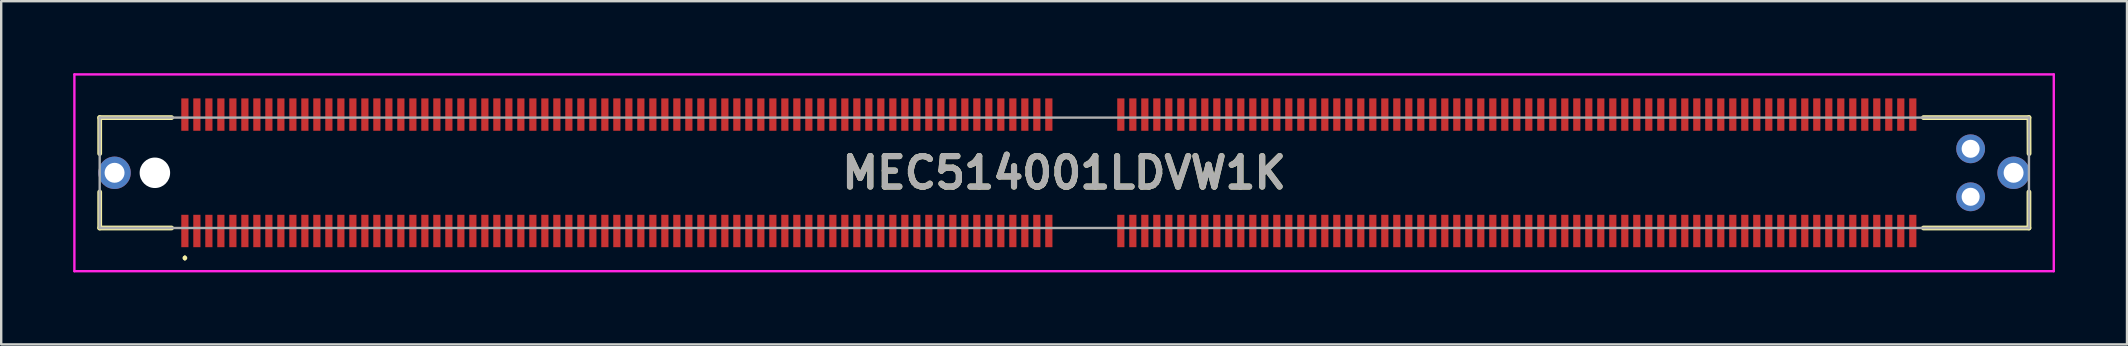
<source format=kicad_pcb>
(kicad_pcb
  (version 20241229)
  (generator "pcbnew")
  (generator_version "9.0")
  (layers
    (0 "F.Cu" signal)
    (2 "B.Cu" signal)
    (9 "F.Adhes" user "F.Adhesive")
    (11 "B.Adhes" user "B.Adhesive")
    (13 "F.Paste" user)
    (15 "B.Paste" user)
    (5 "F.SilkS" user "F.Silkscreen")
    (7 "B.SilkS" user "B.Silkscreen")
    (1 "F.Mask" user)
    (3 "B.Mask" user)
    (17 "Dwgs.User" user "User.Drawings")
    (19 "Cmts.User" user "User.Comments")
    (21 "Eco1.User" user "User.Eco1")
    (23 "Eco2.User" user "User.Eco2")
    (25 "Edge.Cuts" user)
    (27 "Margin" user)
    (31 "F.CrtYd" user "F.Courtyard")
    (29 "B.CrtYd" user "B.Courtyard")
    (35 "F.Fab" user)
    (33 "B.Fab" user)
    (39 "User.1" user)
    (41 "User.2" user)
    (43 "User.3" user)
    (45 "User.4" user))
  (footprint "MEC514001LDVW1K"
    (layer "F.Cu")
    (at 41.299 4.15)
    (property "Reference" "MEC514001LDVW1K" (at -0.01 0 0) (layer "F.SilkS") (effects (font (size 1.27 1.27) (thickness 0.254))))
    (attr through_hole)
    (fp_line (start -40.195 -2.3) (end -40.195 -0.8) (stroke (width 0.2) (type solid)) (layer "F.SilkS"))
    (fp_line (start -40.195 2.3) (end -40.195 0.8) (stroke (width 0.2) (type solid)) (layer "F.SilkS"))
    (fp_line (start -37.2 -2.3) (end -40.195 -2.3) (stroke (width 0.2) (type solid)) (layer "F.SilkS"))
    (fp_line (start -37.2 2.3) (end -40.195 2.3) (stroke (width 0.2) (type solid)) (layer "F.SilkS"))
    (fp_line (start -36.645 3.5) (end -36.645 3.5) (stroke (width 0.1) (type solid)) (layer "F.SilkS"))
    (fp_line (start -36.645 3.6) (end -36.645 3.6) (stroke (width 0.1) (type solid)) (layer "F.SilkS"))
    (fp_line (start 35.8 -2.3) (end 40.195 -2.3) (stroke (width 0.2) (type solid)) (layer "F.SilkS"))
    (fp_line (start 35.8 2.3) (end 40.195 2.3) (stroke (width 0.2) (type solid)) (layer "F.SilkS"))
    (fp_line (start 40.195 -2.3) (end 40.2 -0.8) (stroke (width 0.2) (type solid)) (layer "F.SilkS"))
    (fp_line (start 40.195 2.3) (end 40.195 0.8) (stroke (width 0.2) (type solid)) (layer "F.SilkS"))
    (fp_arc (start -36.645 3.5) (mid -36.595 3.55) (end -36.645 3.6) (stroke (width 0.1) (type solid)) (layer "F.SilkS"))
    (fp_arc (start -36.645 3.6) (mid -36.695 3.55) (end -36.645 3.5) (stroke (width 0.1) (type solid)) (layer "F.SilkS"))
    (fp_line (start -41.249 -4.1) (end 41.23 -4.1) (stroke (width 0.1) (type solid)) (layer "F.CrtYd"))
    (fp_line (start -41.249 4.1) (end -41.249 -4.1) (stroke (width 0.1) (type solid)) (layer "F.CrtYd"))
    (fp_line (start 41.23 -4.1) (end 41.23 4.1) (stroke (width 0.1) (type solid)) (layer "F.CrtYd"))
    (fp_line (start 41.23 4.1) (end -41.249 4.1) (stroke (width 0.1) (type solid)) (layer "F.CrtYd"))
    (fp_line (start -40.195 -2.3) (end 40.195 -2.3) (stroke (width 0.1) (type solid)) (layer "F.Fab"))
    (fp_line (start -40.195 2.3) (end -40.195 -2.3) (stroke (width 0.1) (type solid)) (layer "F.Fab"))
    (fp_line (start 40.195 -2.3) (end 40.195 2.3) (stroke (width 0.1) (type solid)) (layer "F.Fab"))
    (fp_line (start 40.195 2.3) (end -40.195 2.3) (stroke (width 0.1) (type solid)) (layer "F.Fab"))
    (fp_text user "${REFERENCE}" (at -0.01 0 0) (layer "F.Fab") (effects (font (size 1.27 1.27) (thickness 0.254))))
    (pad "" np_thru_hole circle (at -37.895 0) (size 1.27 1.27) (drill 1.27) (layers "*.Cu" "*.Mask"))
    (pad "1" smd rect (at -36.645 2.425) (size 0.3 1.35) (layers "F.Cu" "F.Mask" "F.Paste"))
    (pad "2" smd rect (at -36.645 -2.425) (size 0.3 1.35) (layers "F.Cu" "F.Mask" "F.Paste"))
    (pad "3" smd rect (at -36.145 2.425) (size 0.3 1.35) (layers "F.Cu" "F.Mask" "F.Paste"))
    (pad "4" smd rect (at -36.145 -2.425) (size 0.3 1.35) (layers "F.Cu" "F.Mask" "F.Paste"))
    (pad "5" smd rect (at -35.645 2.425) (size 0.3 1.35) (layers "F.Cu" "F.Mask" "F.Paste"))
    (pad "6" smd rect (at -35.645 -2.425) (size 0.3 1.35) (layers "F.Cu" "F.Mask" "F.Paste"))
    (pad "7" smd rect (at -35.145 2.425) (size 0.3 1.35) (layers "F.Cu" "F.Mask" "F.Paste"))
    (pad "8" smd rect (at -35.145 -2.425) (size 0.3 1.35) (layers "F.Cu" "F.Mask" "F.Paste"))
    (pad "9" smd rect (at -34.645 2.425) (size 0.3 1.35) (layers "F.Cu" "F.Mask" "F.Paste"))
    (pad "10" smd rect (at -34.645 -2.425) (size 0.3 1.35) (layers "F.Cu" "F.Mask" "F.Paste"))
    (pad "11" smd rect (at -34.145 2.425) (size 0.3 1.35) (layers "F.Cu" "F.Mask" "F.Paste"))
    (pad "12" smd rect (at -34.145 -2.425) (size 0.3 1.35) (layers "F.Cu" "F.Mask" "F.Paste"))
    (pad "13" smd rect (at -33.645 2.425) (size 0.3 1.35) (layers "F.Cu" "F.Mask" "F.Paste"))
    (pad "14" smd rect (at -33.645 -2.425) (size 0.3 1.35) (layers "F.Cu" "F.Mask" "F.Paste"))
    (pad "15" smd rect (at -33.145 2.425) (size 0.3 1.35) (layers "F.Cu" "F.Mask" "F.Paste"))
    (pad "16" smd rect (at -33.145 -2.425) (size 0.3 1.35) (layers "F.Cu" "F.Mask" "F.Paste"))
    (pad "17" smd rect (at -32.645 2.425) (size 0.3 1.35) (layers "F.Cu" "F.Mask" "F.Paste"))
    (pad "18" smd rect (at -32.645 -2.425) (size 0.3 1.35) (layers "F.Cu" "F.Mask" "F.Paste"))
    (pad "19" smd rect (at -32.145 2.425) (size 0.3 1.35) (layers "F.Cu" "F.Mask" "F.Paste"))
    (pad "20" smd rect (at -32.145 -2.425) (size 0.3 1.35) (layers "F.Cu" "F.Mask" "F.Paste"))
    (pad "21" smd rect (at -31.645 2.425) (size 0.3 1.35) (layers "F.Cu" "F.Mask" "F.Paste"))
    (pad "22" smd rect (at -31.645 -2.425) (size 0.3 1.35) (layers "F.Cu" "F.Mask" "F.Paste"))
    (pad "23" smd rect (at -31.145 2.425) (size 0.3 1.35) (layers "F.Cu" "F.Mask" "F.Paste"))
    (pad "24" smd rect (at -31.145 -2.425) (size 0.3 1.35) (layers "F.Cu" "F.Mask" "F.Paste"))
    (pad "25" smd rect (at -30.645 2.425) (size 0.3 1.35) (layers "F.Cu" "F.Mask" "F.Paste"))
    (pad "26" smd rect (at -30.645 -2.425) (size 0.3 1.35) (layers "F.Cu" "F.Mask" "F.Paste"))
    (pad "27" smd rect (at -30.145 2.425) (size 0.3 1.35) (layers "F.Cu" "F.Mask" "F.Paste"))
    (pad "28" smd rect (at -30.145 -2.425) (size 0.3 1.35) (layers "F.Cu" "F.Mask" "F.Paste"))
    (pad "29" smd rect (at -29.645 2.425) (size 0.3 1.35) (layers "F.Cu" "F.Mask" "F.Paste"))
    (pad "30" smd rect (at -29.645 -2.425) (size 0.3 1.35) (layers "F.Cu" "F.Mask" "F.Paste"))
    (pad "31" smd rect (at -29.145 2.425) (size 0.3 1.35) (layers "F.Cu" "F.Mask" "F.Paste"))
    (pad "32" smd rect (at -29.145 -2.425) (size 0.3 1.35) (layers "F.Cu" "F.Mask" "F.Paste"))
    (pad "33" smd rect (at -28.645 2.425) (size 0.3 1.35) (layers "F.Cu" "F.Mask" "F.Paste"))
    (pad "34" smd rect (at -28.645 -2.425) (size 0.3 1.35) (layers "F.Cu" "F.Mask" "F.Paste"))
    (pad "35" smd rect (at -28.145 2.425) (size 0.3 1.35) (layers "F.Cu" "F.Mask" "F.Paste"))
    (pad "36" smd rect (at -28.145 -2.425) (size 0.3 1.35) (layers "F.Cu" "F.Mask" "F.Paste"))
    (pad "37" smd rect (at -27.645 2.425) (size 0.3 1.35) (layers "F.Cu" "F.Mask" "F.Paste"))
    (pad "38" smd rect (at -27.645 -2.425) (size 0.3 1.35) (layers "F.Cu" "F.Mask" "F.Paste"))
    (pad "39" smd rect (at -27.145 2.425) (size 0.3 1.35) (layers "F.Cu" "F.Mask" "F.Paste"))
    (pad "40" smd rect (at -27.145 -2.425) (size 0.3 1.35) (layers "F.Cu" "F.Mask" "F.Paste"))
    (pad "41" smd rect (at -26.645 2.425) (size 0.3 1.35) (layers "F.Cu" "F.Mask" "F.Paste"))
    (pad "42" smd rect (at -26.645 -2.425) (size 0.3 1.35) (layers "F.Cu" "F.Mask" "F.Paste"))
    (pad "43" smd rect (at -26.145 2.425) (size 0.3 1.35) (layers "F.Cu" "F.Mask" "F.Paste"))
    (pad "44" smd rect (at -26.145 -2.425) (size 0.3 1.35) (layers "F.Cu" "F.Mask" "F.Paste"))
    (pad "45" smd rect (at -25.645 2.425) (size 0.3 1.35) (layers "F.Cu" "F.Mask" "F.Paste"))
    (pad "46" smd rect (at -25.645 -2.425) (size 0.3 1.35) (layers "F.Cu" "F.Mask" "F.Paste"))
    (pad "47" smd rect (at -25.145 2.425) (size 0.3 1.35) (layers "F.Cu" "F.Mask" "F.Paste"))
    (pad "48" smd rect (at -25.145 -2.425) (size 0.3 1.35) (layers "F.Cu" "F.Mask" "F.Paste"))
    (pad "49" smd rect (at -24.645 2.425) (size 0.3 1.35) (layers "F.Cu" "F.Mask" "F.Paste"))
    (pad "50" smd rect (at -24.645 -2.425) (size 0.3 1.35) (layers "F.Cu" "F.Mask" "F.Paste"))
    (pad "51" smd rect (at -24.145 2.425) (size 0.3 1.35) (layers "F.Cu" "F.Mask" "F.Paste"))
    (pad "52" smd rect (at -24.145 -2.425) (size 0.3 1.35) (layers "F.Cu" "F.Mask" "F.Paste"))
    (pad "53" smd rect (at -23.645 2.425) (size 0.3 1.35) (layers "F.Cu" "F.Mask" "F.Paste"))
    (pad "54" smd rect (at -23.645 -2.425) (size 0.3 1.35) (layers "F.Cu" "F.Mask" "F.Paste"))
    (pad "55" smd rect (at -23.145 2.425) (size 0.3 1.35) (layers "F.Cu" "F.Mask" "F.Paste"))
    (pad "56" smd rect (at -23.145 -2.425) (size 0.3 1.35) (layers "F.Cu" "F.Mask" "F.Paste"))
    (pad "57" smd rect (at -22.645 2.425) (size 0.3 1.35) (layers "F.Cu" "F.Mask" "F.Paste"))
    (pad "58" smd rect (at -22.645 -2.425) (size 0.3 1.35) (layers "F.Cu" "F.Mask" "F.Paste"))
    (pad "59" smd rect (at -22.145 2.425) (size 0.3 1.35) (layers "F.Cu" "F.Mask" "F.Paste"))
    (pad "60" smd rect (at -22.145 -2.425) (size 0.3 1.35) (layers "F.Cu" "F.Mask" "F.Paste"))
    (pad "61" smd rect (at -21.645 2.425) (size 0.3 1.35) (layers "F.Cu" "F.Mask" "F.Paste"))
    (pad "62" smd rect (at -21.645 -2.425) (size 0.3 1.35) (layers "F.Cu" "F.Mask" "F.Paste"))
    (pad "63" smd rect (at -21.145 2.425) (size 0.3 1.35) (layers "F.Cu" "F.Mask" "F.Paste"))
    (pad "64" smd rect (at -21.145 -2.425) (size 0.3 1.35) (layers "F.Cu" "F.Mask" "F.Paste"))
    (pad "65" smd rect (at -20.645 2.425) (size 0.3 1.35) (layers "F.Cu" "F.Mask" "F.Paste"))
    (pad "66" smd rect (at -20.645 -2.425) (size 0.3 1.35) (layers "F.Cu" "F.Mask" "F.Paste"))
    (pad "67" smd rect (at -20.145 2.425) (size 0.3 1.35) (layers "F.Cu" "F.Mask" "F.Paste"))
    (pad "68" smd rect (at -20.145 -2.425) (size 0.3 1.35) (layers "F.Cu" "F.Mask" "F.Paste"))
    (pad "69" smd rect (at -19.645 2.425) (size 0.3 1.35) (layers "F.Cu" "F.Mask" "F.Paste"))
    (pad "70" smd rect (at -19.645 -2.425) (size 0.3 1.35) (layers "F.Cu" "F.Mask" "F.Paste"))
    (pad "71" smd rect (at -19.145 2.425) (size 0.3 1.35) (layers "F.Cu" "F.Mask" "F.Paste"))
    (pad "72" smd rect (at -19.145 -2.425) (size 0.3 1.35) (layers "F.Cu" "F.Mask" "F.Paste"))
    (pad "73" smd rect (at -18.645 2.425) (size 0.3 1.35) (layers "F.Cu" "F.Mask" "F.Paste"))
    (pad "74" smd rect (at -18.645 -2.425) (size 0.3 1.35) (layers "F.Cu" "F.Mask" "F.Paste"))
    (pad "75" smd rect (at -18.145 2.425) (size 0.3 1.35) (layers "F.Cu" "F.Mask" "F.Paste"))
    (pad "76" smd rect (at -18.145 -2.425) (size 0.3 1.35) (layers "F.Cu" "F.Mask" "F.Paste"))
    (pad "77" smd rect (at -17.645 2.425) (size 0.3 1.35) (layers "F.Cu" "F.Mask" "F.Paste"))
    (pad "78" smd rect (at -17.645 -2.425) (size 0.3 1.35) (layers "F.Cu" "F.Mask" "F.Paste"))
    (pad "79" smd rect (at -17.145 2.425) (size 0.3 1.35) (layers "F.Cu" "F.Mask" "F.Paste"))
    (pad "80" smd rect (at -17.145 -2.425) (size 0.3 1.35) (layers "F.Cu" "F.Mask" "F.Paste"))
    (pad "81" smd rect (at -16.645 2.425) (size 0.3 1.35) (layers "F.Cu" "F.Mask" "F.Paste"))
    (pad "82" smd rect (at -16.645 -2.425) (size 0.3 1.35) (layers "F.Cu" "F.Mask" "F.Paste"))
    (pad "83" smd rect (at -16.145 2.425) (size 0.3 1.35) (layers "F.Cu" "F.Mask" "F.Paste"))
    (pad "84" smd rect (at -16.145 -2.425) (size 0.3 1.35) (layers "F.Cu" "F.Mask" "F.Paste"))
    (pad "85" smd rect (at -15.645 2.425) (size 0.3 1.35) (layers "F.Cu" "F.Mask" "F.Paste"))
    (pad "86" smd rect (at -15.645 -2.425) (size 0.3 1.35) (layers "F.Cu" "F.Mask" "F.Paste"))
    (pad "87" smd rect (at -15.145 2.425) (size 0.3 1.35) (layers "F.Cu" "F.Mask" "F.Paste"))
    (pad "88" smd rect (at -15.145 -2.425) (size 0.3 1.35) (layers "F.Cu" "F.Mask" "F.Paste"))
    (pad "89" smd rect (at -14.645 2.425) (size 0.3 1.35) (layers "F.Cu" "F.Mask" "F.Paste"))
    (pad "90" smd rect (at -14.645 -2.425) (size 0.3 1.35) (layers "F.Cu" "F.Mask" "F.Paste"))
    (pad "91" smd rect (at -14.145 2.425) (size 0.3 1.35) (layers "F.Cu" "F.Mask" "F.Paste"))
    (pad "92" smd rect (at -14.145 -2.425) (size 0.3 1.35) (layers "F.Cu" "F.Mask" "F.Paste"))
    (pad "93" smd rect (at -13.645 2.425) (size 0.3 1.35) (layers "F.Cu" "F.Mask" "F.Paste"))
    (pad "94" smd rect (at -13.645 -2.425) (size 0.3 1.35) (layers "F.Cu" "F.Mask" "F.Paste"))
    (pad "95" smd rect (at -13.145 2.425) (size 0.3 1.35) (layers "F.Cu" "F.Mask" "F.Paste"))
    (pad "96" smd rect (at -13.145 -2.425) (size 0.3 1.35) (layers "F.Cu" "F.Mask" "F.Paste"))
    (pad "97" smd rect (at -12.645 2.425) (size 0.3 1.35) (layers "F.Cu" "F.Mask" "F.Paste"))
    (pad "98" smd rect (at -12.645 -2.425) (size 0.3 1.35) (layers "F.Cu" "F.Mask" "F.Paste"))
    (pad "99" smd rect (at -12.145 2.425) (size 0.3 1.35) (layers "F.Cu" "F.Mask" "F.Paste"))
    (pad "100" smd rect (at -12.145 -2.425) (size 0.3 1.35) (layers "F.Cu" "F.Mask" "F.Paste"))
    (pad "101" smd rect (at -11.645 2.425) (size 0.3 1.35) (layers "F.Cu" "F.Mask" "F.Paste"))
    (pad "102" smd rect (at -11.645 -2.425) (size 0.3 1.35) (layers "F.Cu" "F.Mask" "F.Paste"))
    (pad "103" smd rect (at -11.145 2.425) (size 0.3 1.35) (layers "F.Cu" "F.Mask" "F.Paste"))
    (pad "104" smd rect (at -11.145 -2.425) (size 0.3 1.35) (layers "F.Cu" "F.Mask" "F.Paste"))
    (pad "105" smd rect (at -10.645 2.425) (size 0.3 1.35) (layers "F.Cu" "F.Mask" "F.Paste"))
    (pad "106" smd rect (at -10.645 -2.425) (size 0.3 1.35) (layers "F.Cu" "F.Mask" "F.Paste"))
    (pad "107" smd rect (at -10.145 2.425) (size 0.3 1.35) (layers "F.Cu" "F.Mask" "F.Paste"))
    (pad "108" smd rect (at -10.145 -2.425) (size 0.3 1.35) (layers "F.Cu" "F.Mask" "F.Paste"))
    (pad "109" smd rect (at -9.645 2.425) (size 0.3 1.35) (layers "F.Cu" "F.Mask" "F.Paste"))
    (pad "110" smd rect (at -9.645 -2.425) (size 0.3 1.35) (layers "F.Cu" "F.Mask" "F.Paste"))
    (pad "111" smd rect (at -9.145 2.425) (size 0.3 1.35) (layers "F.Cu" "F.Mask" "F.Paste"))
    (pad "112" smd rect (at -9.145 -2.425) (size 0.3 1.35) (layers "F.Cu" "F.Mask" "F.Paste"))
    (pad "113" smd rect (at -8.645 2.425) (size 0.3 1.35) (layers "F.Cu" "F.Mask" "F.Paste"))
    (pad "114" smd rect (at -8.645 -2.425) (size 0.3 1.35) (layers "F.Cu" "F.Mask" "F.Paste"))
    (pad "115" smd rect (at -8.145 2.425) (size 0.3 1.35) (layers "F.Cu" "F.Mask" "F.Paste"))
    (pad "116" smd rect (at -8.145 -2.425) (size 0.3 1.35) (layers "F.Cu" "F.Mask" "F.Paste"))
    (pad "117" smd rect (at -7.645 2.425) (size 0.3 1.35) (layers "F.Cu" "F.Mask" "F.Paste"))
    (pad "118" smd rect (at -7.645 -2.425) (size 0.3 1.35) (layers "F.Cu" "F.Mask" "F.Paste"))
    (pad "119" smd rect (at -7.145 2.425) (size 0.3 1.35) (layers "F.Cu" "F.Mask" "F.Paste"))
    (pad "120" smd rect (at -7.145 -2.425) (size 0.3 1.35) (layers "F.Cu" "F.Mask" "F.Paste"))
    (pad "121" smd rect (at -6.645 2.425) (size 0.3 1.35) (layers "F.Cu" "F.Mask" "F.Paste"))
    (pad "122" smd rect (at -6.645 -2.425) (size 0.3 1.35) (layers "F.Cu" "F.Mask" "F.Paste"))
    (pad "123" smd rect (at -6.145 2.425) (size 0.3 1.35) (layers "F.Cu" "F.Mask" "F.Paste"))
    (pad "124" smd rect (at -6.145 -2.425) (size 0.3 1.35) (layers "F.Cu" "F.Mask" "F.Paste"))
    (pad "125" smd rect (at -5.645 2.425) (size 0.3 1.35) (layers "F.Cu" "F.Mask" "F.Paste"))
    (pad "126" smd rect (at -5.645 -2.425) (size 0.3 1.35) (layers "F.Cu" "F.Mask" "F.Paste"))
    (pad "127" smd rect (at -5.145 2.425) (size 0.3 1.35) (layers "F.Cu" "F.Mask" "F.Paste"))
    (pad "128" smd rect (at -5.145 -2.425) (size 0.3 1.35) (layers "F.Cu" "F.Mask" "F.Paste"))
    (pad "129" smd rect (at -4.645 2.425) (size 0.3 1.35) (layers "F.Cu" "F.Mask" "F.Paste"))
    (pad "130" smd rect (at -4.645 -2.425) (size 0.3 1.35) (layers "F.Cu" "F.Mask" "F.Paste"))
    (pad "131" smd rect (at -4.145 2.425) (size 0.3 1.35) (layers "F.Cu" "F.Mask" "F.Paste"))
    (pad "132" smd rect (at -4.145 -2.425) (size 0.3 1.35) (layers "F.Cu" "F.Mask" "F.Paste"))
    (pad "133" smd rect (at -3.645 2.425) (size 0.3 1.35) (layers "F.Cu" "F.Mask" "F.Paste"))
    (pad "134" smd rect (at -3.645 -2.425) (size 0.3 1.35) (layers "F.Cu" "F.Mask" "F.Paste"))
    (pad "135" smd rect (at -3.145 2.425) (size 0.3 1.35) (layers "F.Cu" "F.Mask" "F.Paste"))
    (pad "136" smd rect (at -3.145 -2.425) (size 0.3 1.35) (layers "F.Cu" "F.Mask" "F.Paste"))
    (pad "137" smd rect (at -2.645 2.425) (size 0.3 1.35) (layers "F.Cu" "F.Mask" "F.Paste"))
    (pad "138" smd rect (at -2.645 -2.425) (size 0.3 1.35) (layers "F.Cu" "F.Mask" "F.Paste"))
    (pad "139" smd rect (at -2.145 2.425) (size 0.3 1.35) (layers "F.Cu" "F.Mask" "F.Paste"))
    (pad "140" smd rect (at -2.145 -2.425) (size 0.3 1.35) (layers "F.Cu" "F.Mask" "F.Paste"))
    (pad "141" smd rect (at -1.645 2.425) (size 0.3 1.35) (layers "F.Cu" "F.Mask" "F.Paste"))
    (pad "142" smd rect (at -1.645 -2.425) (size 0.3 1.35) (layers "F.Cu" "F.Mask" "F.Paste"))
    (pad "143" smd rect (at -1.145 2.425) (size 0.3 1.35) (layers "F.Cu" "F.Mask" "F.Paste"))
    (pad "144" smd rect (at -1.145 -2.425) (size 0.3 1.35) (layers "F.Cu" "F.Mask" "F.Paste"))
    (pad "145" smd rect (at -0.645 2.425) (size 0.3 1.35) (layers "F.Cu" "F.Mask" "F.Paste"))
    (pad "146" smd rect (at -0.645 -2.425) (size 0.3 1.35) (layers "F.Cu" "F.Mask" "F.Paste"))
    (pad "147" smd rect (at 2.355 2.425) (size 0.3 1.35) (layers "F.Cu" "F.Mask" "F.Paste"))
    (pad "148" smd rect (at 2.355 -2.425) (size 0.3 1.35) (layers "F.Cu" "F.Mask" "F.Paste"))
    (pad "149" smd rect (at 2.855 2.425) (size 0.3 1.35) (layers "F.Cu" "F.Mask" "F.Paste"))
    (pad "150" smd rect (at 2.855 -2.425) (size 0.3 1.35) (layers "F.Cu" "F.Mask" "F.Paste"))
    (pad "151" smd rect (at 3.355 2.425) (size 0.3 1.35) (layers "F.Cu" "F.Mask" "F.Paste"))
    (pad "152" smd rect (at 3.355 -2.425) (size 0.3 1.35) (layers "F.Cu" "F.Mask" "F.Paste"))
    (pad "153" smd rect (at 3.855 2.425) (size 0.3 1.35) (layers "F.Cu" "F.Mask" "F.Paste"))
    (pad "154" smd rect (at 3.855 -2.425) (size 0.3 1.35) (layers "F.Cu" "F.Mask" "F.Paste"))
    (pad "155" smd rect (at 4.355 2.425) (size 0.3 1.35) (layers "F.Cu" "F.Mask" "F.Paste"))
    (pad "156" smd rect (at 4.355 -2.425) (size 0.3 1.35) (layers "F.Cu" "F.Mask" "F.Paste"))
    (pad "157" smd rect (at 4.855 2.425) (size 0.3 1.35) (layers "F.Cu" "F.Mask" "F.Paste"))
    (pad "158" smd rect (at 4.855 -2.425) (size 0.3 1.35) (layers "F.Cu" "F.Mask" "F.Paste"))
    (pad "159" smd rect (at 5.355 2.425) (size 0.3 1.35) (layers "F.Cu" "F.Mask" "F.Paste"))
    (pad "160" smd rect (at 5.355 -2.425) (size 0.3 1.35) (layers "F.Cu" "F.Mask" "F.Paste"))
    (pad "161" smd rect (at 5.855 2.425) (size 0.3 1.35) (layers "F.Cu" "F.Mask" "F.Paste"))
    (pad "162" smd rect (at 5.855 -2.425) (size 0.3 1.35) (layers "F.Cu" "F.Mask" "F.Paste"))
    (pad "163" smd rect (at 6.355 2.425) (size 0.3 1.35) (layers "F.Cu" "F.Mask" "F.Paste"))
    (pad "164" smd rect (at 6.355 -2.425) (size 0.3 1.35) (layers "F.Cu" "F.Mask" "F.Paste"))
    (pad "165" smd rect (at 6.855 2.425) (size 0.3 1.35) (layers "F.Cu" "F.Mask" "F.Paste"))
    (pad "166" smd rect (at 6.855 -2.425) (size 0.3 1.35) (layers "F.Cu" "F.Mask" "F.Paste"))
    (pad "167" smd rect (at 7.355 2.425) (size 0.3 1.35) (layers "F.Cu" "F.Mask" "F.Paste"))
    (pad "168" smd rect (at 7.355 -2.425) (size 0.3 1.35) (layers "F.Cu" "F.Mask" "F.Paste"))
    (pad "169" smd rect (at 7.855 2.425) (size 0.3 1.35) (layers "F.Cu" "F.Mask" "F.Paste"))
    (pad "170" smd rect (at 7.855 -2.425) (size 0.3 1.35) (layers "F.Cu" "F.Mask" "F.Paste"))
    (pad "171" smd rect (at 8.355 2.425) (size 0.3 1.35) (layers "F.Cu" "F.Mask" "F.Paste"))
    (pad "172" smd rect (at 8.355 -2.425) (size 0.3 1.35) (layers "F.Cu" "F.Mask" "F.Paste"))
    (pad "173" smd rect (at 8.855 2.425) (size 0.3 1.35) (layers "F.Cu" "F.Mask" "F.Paste"))
    (pad "174" smd rect (at 8.855 -2.425) (size 0.3 1.35) (layers "F.Cu" "F.Mask" "F.Paste"))
    (pad "175" smd rect (at 9.355 2.425) (size 0.3 1.35) (layers "F.Cu" "F.Mask" "F.Paste"))
    (pad "176" smd rect (at 9.355 -2.425) (size 0.3 1.35) (layers "F.Cu" "F.Mask" "F.Paste"))
    (pad "177" smd rect (at 9.855 2.425) (size 0.3 1.35) (layers "F.Cu" "F.Mask" "F.Paste"))
    (pad "178" smd rect (at 9.855 -2.425) (size 0.3 1.35) (layers "F.Cu" "F.Mask" "F.Paste"))
    (pad "179" smd rect (at 10.355 2.425) (size 0.3 1.35) (layers "F.Cu" "F.Mask" "F.Paste"))
    (pad "180" smd rect (at 10.355 -2.425) (size 0.3 1.35) (layers "F.Cu" "F.Mask" "F.Paste"))
    (pad "181" smd rect (at 10.855 2.425) (size 0.3 1.35) (layers "F.Cu" "F.Mask" "F.Paste"))
    (pad "182" smd rect (at 10.855 -2.425) (size 0.3 1.35) (layers "F.Cu" "F.Mask" "F.Paste"))
    (pad "183" smd rect (at 11.355 2.425) (size 0.3 1.35) (layers "F.Cu" "F.Mask" "F.Paste"))
    (pad "184" smd rect (at 11.355 -2.425) (size 0.3 1.35) (layers "F.Cu" "F.Mask" "F.Paste"))
    (pad "185" smd rect (at 11.855 2.425) (size 0.3 1.35) (layers "F.Cu" "F.Mask" "F.Paste"))
    (pad "186" smd rect (at 11.855 -2.425) (size 0.3 1.35) (layers "F.Cu" "F.Mask" "F.Paste"))
    (pad "187" smd rect (at 12.355 2.425) (size 0.3 1.35) (layers "F.Cu" "F.Mask" "F.Paste"))
    (pad "188" smd rect (at 12.355 -2.425) (size 0.3 1.35) (layers "F.Cu" "F.Mask" "F.Paste"))
    (pad "189" smd rect (at 12.855 2.425) (size 0.3 1.35) (layers "F.Cu" "F.Mask" "F.Paste"))
    (pad "190" smd rect (at 12.855 -2.425) (size 0.3 1.35) (layers "F.Cu" "F.Mask" "F.Paste"))
    (pad "191" smd rect (at 13.355 2.425) (size 0.3 1.35) (layers "F.Cu" "F.Mask" "F.Paste"))
    (pad "192" smd rect (at 13.355 -2.425) (size 0.3 1.35) (layers "F.Cu" "F.Mask" "F.Paste"))
    (pad "193" smd rect (at 13.855 2.425) (size 0.3 1.35) (layers "F.Cu" "F.Mask" "F.Paste"))
    (pad "194" smd rect (at 13.855 -2.425) (size 0.3 1.35) (layers "F.Cu" "F.Mask" "F.Paste"))
    (pad "195" smd rect (at 14.355 2.425) (size 0.3 1.35) (layers "F.Cu" "F.Mask" "F.Paste"))
    (pad "196" smd rect (at 14.355 -2.425) (size 0.3 1.35) (layers "F.Cu" "F.Mask" "F.Paste"))
    (pad "197" smd rect (at 14.855 2.425) (size 0.3 1.35) (layers "F.Cu" "F.Mask" "F.Paste"))
    (pad "198" smd rect (at 14.855 -2.425) (size 0.3 1.35) (layers "F.Cu" "F.Mask" "F.Paste"))
    (pad "199" smd rect (at 15.355 2.425) (size 0.3 1.35) (layers "F.Cu" "F.Mask" "F.Paste"))
    (pad "200" smd rect (at 15.355 -2.425) (size 0.3 1.35) (layers "F.Cu" "F.Mask" "F.Paste"))
    (pad "201" smd rect (at 15.855 2.425) (size 0.3 1.35) (layers "F.Cu" "F.Mask" "F.Paste"))
    (pad "202" smd rect (at 15.855 -2.425) (size 0.3 1.35) (layers "F.Cu" "F.Mask" "F.Paste"))
    (pad "203" smd rect (at 16.355 2.425) (size 0.3 1.35) (layers "F.Cu" "F.Mask" "F.Paste"))
    (pad "204" smd rect (at 16.355 -2.425) (size 0.3 1.35) (layers "F.Cu" "F.Mask" "F.Paste"))
    (pad "205" smd rect (at 16.855 2.425) (size 0.3 1.35) (layers "F.Cu" "F.Mask" "F.Paste"))
    (pad "206" smd rect (at 16.855 -2.425) (size 0.3 1.35) (layers "F.Cu" "F.Mask" "F.Paste"))
    (pad "207" smd rect (at 17.355 2.425) (size 0.3 1.35) (layers "F.Cu" "F.Mask" "F.Paste"))
    (pad "208" smd rect (at 17.355 -2.425) (size 0.3 1.35) (layers "F.Cu" "F.Mask" "F.Paste"))
    (pad "209" smd rect (at 17.855 2.425) (size 0.3 1.35) (layers "F.Cu" "F.Mask" "F.Paste"))
    (pad "210" smd rect (at 17.855 -2.425) (size 0.3 1.35) (layers "F.Cu" "F.Mask" "F.Paste"))
    (pad "211" smd rect (at 18.355 2.425) (size 0.3 1.35) (layers "F.Cu" "F.Mask" "F.Paste"))
    (pad "212" smd rect (at 18.355 -2.425) (size 0.3 1.35) (layers "F.Cu" "F.Mask" "F.Paste"))
    (pad "213" smd rect (at 18.855 2.425) (size 0.3 1.35) (layers "F.Cu" "F.Mask" "F.Paste"))
    (pad "214" smd rect (at 18.855 -2.425) (size 0.3 1.35) (layers "F.Cu" "F.Mask" "F.Paste"))
    (pad "215" smd rect (at 19.355 2.425) (size 0.3 1.35) (layers "F.Cu" "F.Mask" "F.Paste"))
    (pad "216" smd rect (at 19.355 -2.425) (size 0.3 1.35) (layers "F.Cu" "F.Mask" "F.Paste"))
    (pad "217" smd rect (at 19.855 2.425) (size 0.3 1.35) (layers "F.Cu" "F.Mask" "F.Paste"))
    (pad "218" smd rect (at 19.855 -2.425) (size 0.3 1.35) (layers "F.Cu" "F.Mask" "F.Paste"))
    (pad "219" smd rect (at 20.355 2.425) (size 0.3 1.35) (layers "F.Cu" "F.Mask" "F.Paste"))
    (pad "220" smd rect (at 20.355 -2.425) (size 0.3 1.35) (layers "F.Cu" "F.Mask" "F.Paste"))
    (pad "221" smd rect (at 20.855 2.425) (size 0.3 1.35) (layers "F.Cu" "F.Mask" "F.Paste"))
    (pad "222" smd rect (at 20.855 -2.425) (size 0.3 1.35) (layers "F.Cu" "F.Mask" "F.Paste"))
    (pad "223" smd rect (at 21.355 2.425) (size 0.3 1.35) (layers "F.Cu" "F.Mask" "F.Paste"))
    (pad "224" smd rect (at 21.355 -2.425) (size 0.3 1.35) (layers "F.Cu" "F.Mask" "F.Paste"))
    (pad "225" smd rect (at 21.855 2.425) (size 0.3 1.35) (layers "F.Cu" "F.Mask" "F.Paste"))
    (pad "226" smd rect (at 21.855 -2.425) (size 0.3 1.35) (layers "F.Cu" "F.Mask" "F.Paste"))
    (pad "227" smd rect (at 22.355 2.425) (size 0.3 1.35) (layers "F.Cu" "F.Mask" "F.Paste"))
    (pad "228" smd rect (at 22.355 -2.425) (size 0.3 1.35) (layers "F.Cu" "F.Mask" "F.Paste"))
    (pad "229" smd rect (at 22.855 2.425) (size 0.3 1.35) (layers "F.Cu" "F.Mask" "F.Paste"))
    (pad "230" smd rect (at 22.855 -2.425) (size 0.3 1.35) (layers "F.Cu" "F.Mask" "F.Paste"))
    (pad "231" smd rect (at 23.355 2.425) (size 0.3 1.35) (layers "F.Cu" "F.Mask" "F.Paste"))
    (pad "232" smd rect (at 23.355 -2.425) (size 0.3 1.35) (layers "F.Cu" "F.Mask" "F.Paste"))
    (pad "233" smd rect (at 23.855 2.425) (size 0.3 1.35) (layers "F.Cu" "F.Mask" "F.Paste"))
    (pad "234" smd rect (at 23.855 -2.425) (size 0.3 1.35) (layers "F.Cu" "F.Mask" "F.Paste"))
    (pad "235" smd rect (at 24.355 2.425) (size 0.3 1.35) (layers "F.Cu" "F.Mask" "F.Paste"))
    (pad "236" smd rect (at 24.355 -2.425) (size 0.3 1.35) (layers "F.Cu" "F.Mask" "F.Paste"))
    (pad "237" smd rect (at 24.855 2.425) (size 0.3 1.35) (layers "F.Cu" "F.Mask" "F.Paste"))
    (pad "238" smd rect (at 24.855 -2.425) (size 0.3 1.35) (layers "F.Cu" "F.Mask" "F.Paste"))
    (pad "239" smd rect (at 25.355 2.425) (size 0.3 1.35) (layers "F.Cu" "F.Mask" "F.Paste"))
    (pad "240" smd rect (at 25.355 -2.425) (size 0.3 1.35) (layers "F.Cu" "F.Mask" "F.Paste"))
    (pad "241" smd rect (at 25.855 2.425) (size 0.3 1.35) (layers "F.Cu" "F.Mask" "F.Paste"))
    (pad "242" smd rect (at 25.855 -2.425) (size 0.3 1.35) (layers "F.Cu" "F.Mask" "F.Paste"))
    (pad "243" smd rect (at 26.355 2.425) (size 0.3 1.35) (layers "F.Cu" "F.Mask" "F.Paste"))
    (pad "244" smd rect (at 26.355 -2.425) (size 0.3 1.35) (layers "F.Cu" "F.Mask" "F.Paste"))
    (pad "245" smd rect (at 26.855 2.425) (size 0.3 1.35) (layers "F.Cu" "F.Mask" "F.Paste"))
    (pad "246" smd rect (at 26.855 -2.425) (size 0.3 1.35) (layers "F.Cu" "F.Mask" "F.Paste"))
    (pad "247" smd rect (at 27.355 2.425) (size 0.3 1.35) (layers "F.Cu" "F.Mask" "F.Paste"))
    (pad "248" smd rect (at 27.355 -2.425) (size 0.3 1.35) (layers "F.Cu" "F.Mask" "F.Paste"))
    (pad "249" smd rect (at 27.855 2.425) (size 0.3 1.35) (layers "F.Cu" "F.Mask" "F.Paste"))
    (pad "250" smd rect (at 27.855 -2.425) (size 0.3 1.35) (layers "F.Cu" "F.Mask" "F.Paste"))
    (pad "251" smd rect (at 28.355 2.425) (size 0.3 1.35) (layers "F.Cu" "F.Mask" "F.Paste"))
    (pad "252" smd rect (at 28.355 -2.425) (size 0.3 1.35) (layers "F.Cu" "F.Mask" "F.Paste"))
    (pad "253" smd rect (at 28.855 2.425) (size 0.3 1.35) (layers "F.Cu" "F.Mask" "F.Paste"))
    (pad "254" smd rect (at 28.855 -2.425) (size 0.3 1.35) (layers "F.Cu" "F.Mask" "F.Paste"))
    (pad "255" smd rect (at 29.355 2.425) (size 0.3 1.35) (layers "F.Cu" "F.Mask" "F.Paste"))
    (pad "256" smd rect (at 29.355 -2.425) (size 0.3 1.35) (layers "F.Cu" "F.Mask" "F.Paste"))
    (pad "257" smd rect (at 29.855 2.425) (size 0.3 1.35) (layers "F.Cu" "F.Mask" "F.Paste"))
    (pad "258" smd rect (at 29.855 -2.425) (size 0.3 1.35) (layers "F.Cu" "F.Mask" "F.Paste"))
    (pad "259" smd rect (at 30.355 2.425) (size 0.3 1.35) (layers "F.Cu" "F.Mask" "F.Paste"))
    (pad "260" smd rect (at 30.355 -2.425) (size 0.3 1.35) (layers "F.Cu" "F.Mask" "F.Paste"))
    (pad "261" smd rect (at 30.855 2.425) (size 0.3 1.35) (layers "F.Cu" "F.Mask" "F.Paste"))
    (pad "262" smd rect (at 30.855 -2.425) (size 0.3 1.35) (layers "F.Cu" "F.Mask" "F.Paste"))
    (pad "263" smd rect (at 31.355 2.425) (size 0.3 1.35) (layers "F.Cu" "F.Mask" "F.Paste"))
    (pad "264" smd rect (at 31.355 -2.425) (size 0.3 1.35) (layers "F.Cu" "F.Mask" "F.Paste"))
    (pad "265" smd rect (at 31.855 2.425) (size 0.3 1.35) (layers "F.Cu" "F.Mask" "F.Paste"))
    (pad "266" smd rect (at 31.855 -2.425) (size 0.3 1.35) (layers "F.Cu" "F.Mask" "F.Paste"))
    (pad "267" smd rect (at 32.355 2.425) (size 0.3 1.35) (layers "F.Cu" "F.Mask" "F.Paste"))
    (pad "268" smd rect (at 32.355 -2.425) (size 0.3 1.35) (layers "F.Cu" "F.Mask" "F.Paste"))
    (pad "269" smd rect (at 32.855 2.425) (size 0.3 1.35) (layers "F.Cu" "F.Mask" "F.Paste"))
    (pad "270" smd rect (at 32.855 -2.425) (size 0.3 1.35) (layers "F.Cu" "F.Mask" "F.Paste"))
    (pad "271" smd rect (at 33.355 2.425) (size 0.3 1.35) (layers "F.Cu" "F.Mask" "F.Paste"))
    (pad "272" smd rect (at 33.355 -2.425) (size 0.3 1.35) (layers "F.Cu" "F.Mask" "F.Paste"))
    (pad "273" smd rect (at 33.855 2.425) (size 0.3 1.35) (layers "F.Cu" "F.Mask" "F.Paste"))
    (pad "274" smd rect (at 33.855 -2.425) (size 0.3 1.35) (layers "F.Cu" "F.Mask" "F.Paste"))
    (pad "275" smd rect (at 34.355 2.425) (size 0.3 1.35) (layers "F.Cu" "F.Mask" "F.Paste"))
    (pad "276" smd rect (at 34.355 -2.425) (size 0.3 1.35) (layers "F.Cu" "F.Mask" "F.Paste"))
    (pad "277" smd rect (at 34.855 2.425) (size 0.3 1.35) (layers "F.Cu" "F.Mask" "F.Paste"))
    (pad "278" smd rect (at 34.855 -2.425) (size 0.3 1.35) (layers "F.Cu" "F.Mask" "F.Paste"))
    (pad "279" smd rect (at 35.355 2.425) (size 0.3 1.35) (layers "F.Cu" "F.Mask" "F.Paste"))
    (pad "280" smd rect (at 35.355 -2.425) (size 0.3 1.35) (layers "F.Cu" "F.Mask" "F.Paste"))
    (pad "MH2" thru_hole circle (at -39.575 0) (size 1.349 1.349) (drill 0.83) (layers "*.Cu" "*.Mask"))
    (pad "MH3" thru_hole circle (at 37.765 1) (size 1.2 1.2) (drill 0.75) (layers "*.Cu" "*.Mask"))
    (pad "MH4" thru_hole circle (at 37.765 -1) (size 1.2 1.2) (drill 0.75) (layers "*.Cu" "*.Mask"))
    (pad "MH5" thru_hole circle (at 39.555 0) (size 1.349 1.349) (drill 0.83) (layers "*.Cu" "*.Mask")))
  (gr_rect
    (start -3 -3)
    (end 85.579 11.3)
    (stroke (width 0.1) (type default))
    (fill no)
    (layer "Edge.Cuts")))
</source>
